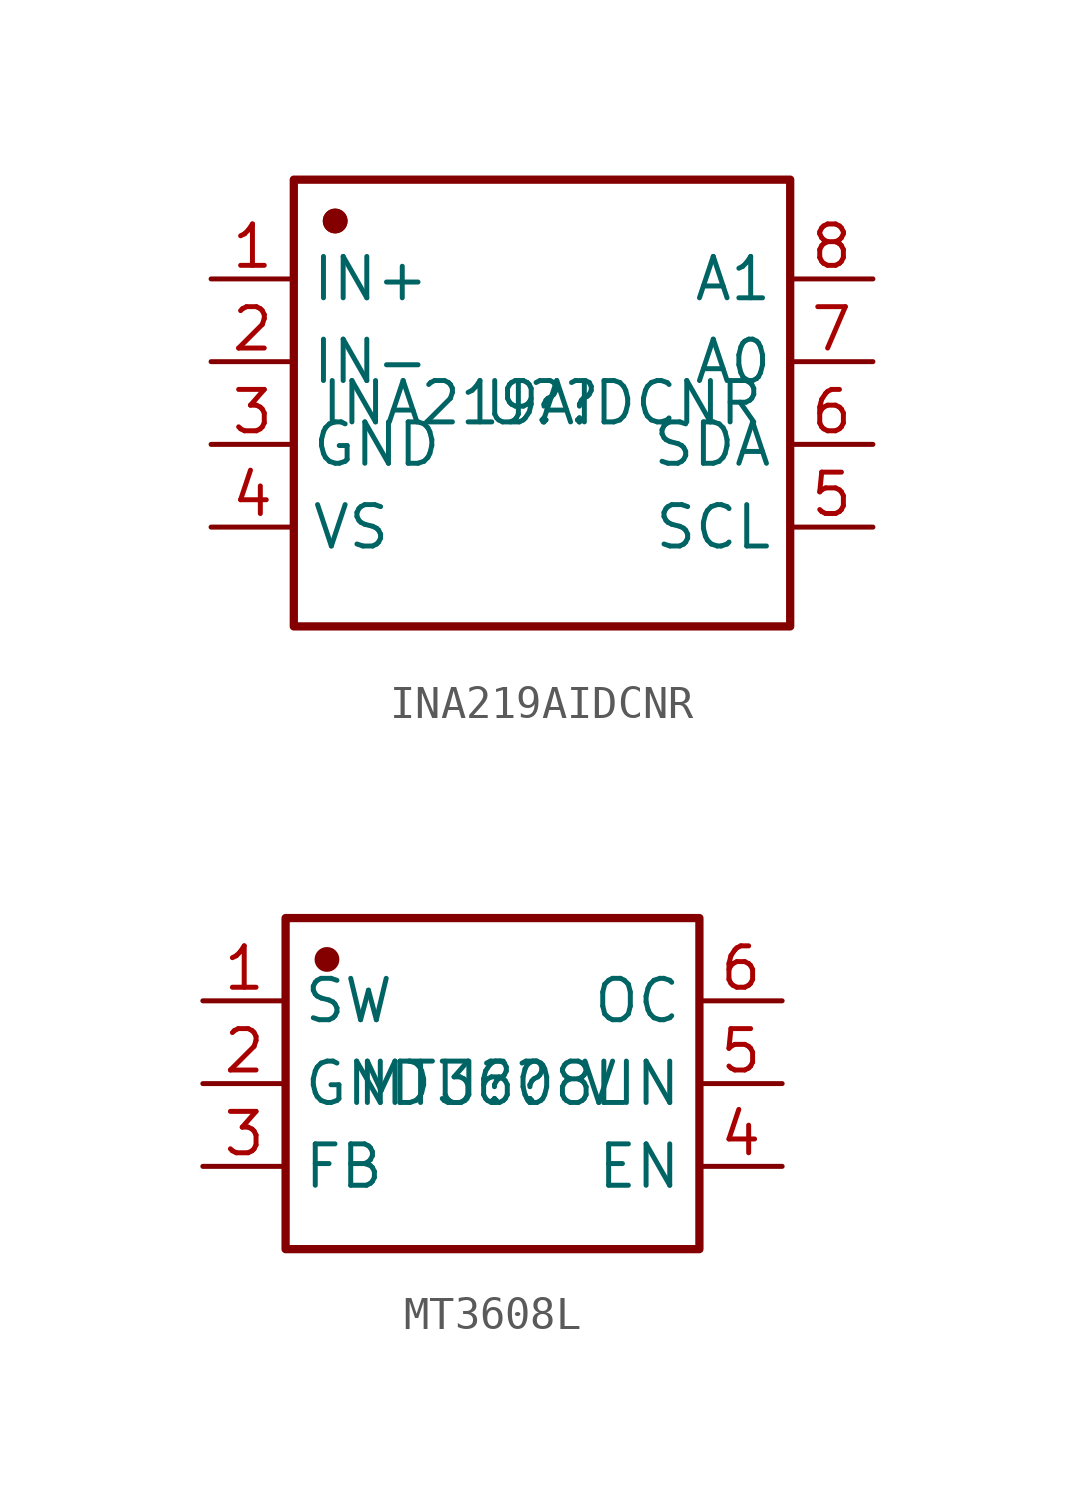
<source format=kicad_sym>
(kicad_symbol_lib
  (version 20241209)
  (generator "kicad_symbol_editor")
  (generator_version "9.0")
  (symbol "INA219AIDCNR"
    (property "Reference" "U?"
      (at 0 0 0)
      (effects (font (size 1.27 1.27))))
    (property "Value" "INA219AIDCNR"
      (at 0 0 0)
      (effects (font (size 1.27 1.27))))
    (symbol "INA219AIDCNR_0_0"
      (rectangle (start -7.62 6.858) (end 7.62 -6.858) (stroke (width 0.254) (type solid)) (fill (type none)))
      (circle (center -6.35 5.588) (radius 0.254) (stroke (width 0.254) (type solid)) (fill (type outline)))
      (circle (center -6.35 5.588) (radius 0.254) (stroke (width 0.254) (type solid)) (fill (type outline)))
      (pin unspecified line (at -10.16 3.81 0) (length 2.54) (name "IN+" (effects (font (size 1.27 1.27)))) (number "1" (effects (font (size 1.27 1.27)))))
      (pin unspecified line (at -10.16 1.27 0) (length 2.54) (name "IN-" (effects (font (size 1.27 1.27)))) (number "2" (effects (font (size 1.27 1.27)))))
      (pin unspecified line (at -10.16 -1.27 0) (length 2.54) (name "GND" (effects (font (size 1.27 1.27)))) (number "3" (effects (font (size 1.27 1.27)))))
      (pin unspecified line (at -10.16 -3.81 0) (length 2.54) (name "VS" (effects (font (size 1.27 1.27)))) (number "4" (effects (font (size 1.27 1.27)))))
      (pin unspecified line (at 10.16 3.81 180) (length 2.54) (name "A1" (effects (font (size 1.27 1.27)))) (number "8" (effects (font (size 1.27 1.27)))))
      (pin unspecified line (at 10.16 1.27 180) (length 2.54) (name "A0" (effects (font (size 1.27 1.27)))) (number "7" (effects (font (size 1.27 1.27)))))
      (pin unspecified line (at 10.16 -1.27 180) (length 2.54) (name "SDA" (effects (font (size 1.27 1.27)))) (number "6" (effects (font (size 1.27 1.27)))))
      (pin unspecified line (at 10.16 -3.81 180) (length 2.54) (name "SCL" (effects (font (size 1.27 1.27)))) (number "5" (effects (font (size 1.27 1.27)))))))
  (symbol "MT3608L"
    (property "Reference" "U?"
      (at 0 0 0)
      (effects (font (size 1.27 1.27))))
    (property "Value" "MT3608L"
      (at 0 0 0)
      (effects (font (size 1.27 1.27))))
    (symbol "MT3608L_0_0"
      (rectangle (start -6.35 5.08) (end 6.35 -5.08) (stroke (width 0.254) (type solid)) (fill (type none)))
      (circle (center -5.08 3.81) (radius 0.254) (stroke (width 0.254) (type solid)) (fill (type outline)))
      (pin unspecified line (at -8.89 2.54 0) (length 2.54) (name "SW" (effects (font (size 1.27 1.27)))) (number "1" (effects (font (size 1.27 1.27)))))
      (pin unspecified line (at -8.89 0 0) (length 2.54) (name "GND" (effects (font (size 1.27 1.27)))) (number "2" (effects (font (size 1.27 1.27)))))
      (pin unspecified line (at -8.89 -2.54 0) (length 2.54) (name "FB" (effects (font (size 1.27 1.27)))) (number "3" (effects (font (size 1.27 1.27)))))
      (pin unspecified line (at 8.89 2.54 180) (length 2.54) (name "OC" (effects (font (size 1.27 1.27)))) (number "6" (effects (font (size 1.27 1.27)))))
      (pin unspecified line (at 8.89 0 180) (length 2.54) (name "VIN" (effects (font (size 1.27 1.27)))) (number "5" (effects (font (size 1.27 1.27)))))
      (pin unspecified line (at 8.89 -2.54 180) (length 2.54) (name "EN" (effects (font (size 1.27 1.27)))) (number "4" (effects (font (size 1.27 1.27))))))))
</source>
